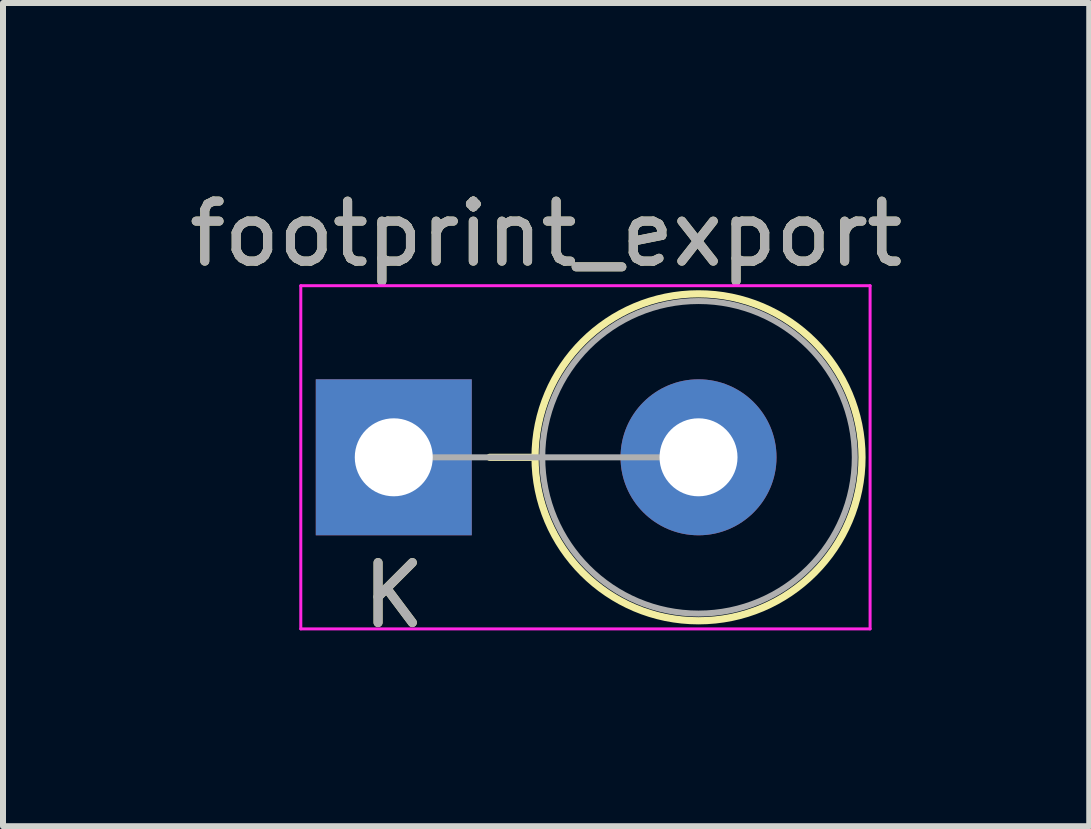
<source format=kicad_pcb>
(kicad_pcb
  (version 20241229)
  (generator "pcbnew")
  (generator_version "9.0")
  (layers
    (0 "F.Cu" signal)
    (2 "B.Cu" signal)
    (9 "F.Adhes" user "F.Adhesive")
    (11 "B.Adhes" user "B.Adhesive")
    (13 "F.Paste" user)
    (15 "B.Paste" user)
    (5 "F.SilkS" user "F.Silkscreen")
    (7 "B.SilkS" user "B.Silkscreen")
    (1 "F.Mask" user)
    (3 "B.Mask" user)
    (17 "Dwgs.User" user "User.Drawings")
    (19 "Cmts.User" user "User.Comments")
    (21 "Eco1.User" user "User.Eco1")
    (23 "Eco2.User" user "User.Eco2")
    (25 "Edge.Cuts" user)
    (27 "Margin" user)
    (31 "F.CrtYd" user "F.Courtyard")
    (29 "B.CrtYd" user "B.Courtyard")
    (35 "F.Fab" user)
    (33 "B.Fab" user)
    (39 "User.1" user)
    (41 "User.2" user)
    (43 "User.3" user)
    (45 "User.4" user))
  (footprint "footprint_export"
    (layer "F.Cu")
    (at 3.514 4.573)
    (property "Reference" "footprint_export" (at 2.54 -3.725 0) (layer "F.SilkS") (effects (font (size 1 1) (thickness 0.15))))
    (attr through_hole)
    (fp_line (start 2.355 0) (end 1.6 0) (stroke (width 0.12) (type solid)) (layer "F.SilkS"))
    (fp_circle (center 5.08 0) (end 7.805 0) (stroke (width 0.12) (type solid)) (fill no) (layer "F.SilkS"))
    (fp_line (start -1.55 -2.86) (end -1.55 2.86) (stroke (width 0.05) (type solid)) (layer "F.CrtYd"))
    (fp_line (start -1.55 2.86) (end 7.94 2.86) (stroke (width 0.05) (type solid)) (layer "F.CrtYd"))
    (fp_line (start 7.94 -2.86) (end -1.55 -2.86) (stroke (width 0.05) (type solid)) (layer "F.CrtYd"))
    (fp_line (start 7.94 2.86) (end 7.94 -2.86) (stroke (width 0.05) (type solid)) (layer "F.CrtYd"))
    (fp_line (start 0 0) (end 5.08 0) (stroke (width 0.1) (type solid)) (layer "F.Fab"))
    (fp_circle (center 5.08 0) (end 7.685 0) (stroke (width 0.1) (type solid)) (fill no) (layer "F.Fab"))
    (fp_text user "K" (at 0 2.3 0) (layer "F.SilkS") (effects (font (size 1 1) (thickness 0.15))))
    (fp_text user "K" (at 0 2.3 0) (layer "F.Fab") (effects (font (size 1 1) (thickness 0.15))))
    (fp_text user "${REFERENCE}" (at 2.54 -3.725 0) (layer "F.Fab") (effects (font (size 1 1) (thickness 0.15))))
    (pad "1" thru_hole rect (at 0 0) (size 2.6 2.6) (drill 1.3) (layers "*.Cu" "*.Mask"))
    (pad "2" thru_hole oval (at 5.08 0) (size 2.6 2.6) (drill 1.3) (layers "*.Cu" "*.Mask")))
  (gr_rect
    (start -3 -3)
    (end 15.107 10.722)
    (stroke (width 0.1) (type default))
    (fill no)
    (layer "Edge.Cuts")))
</source>
